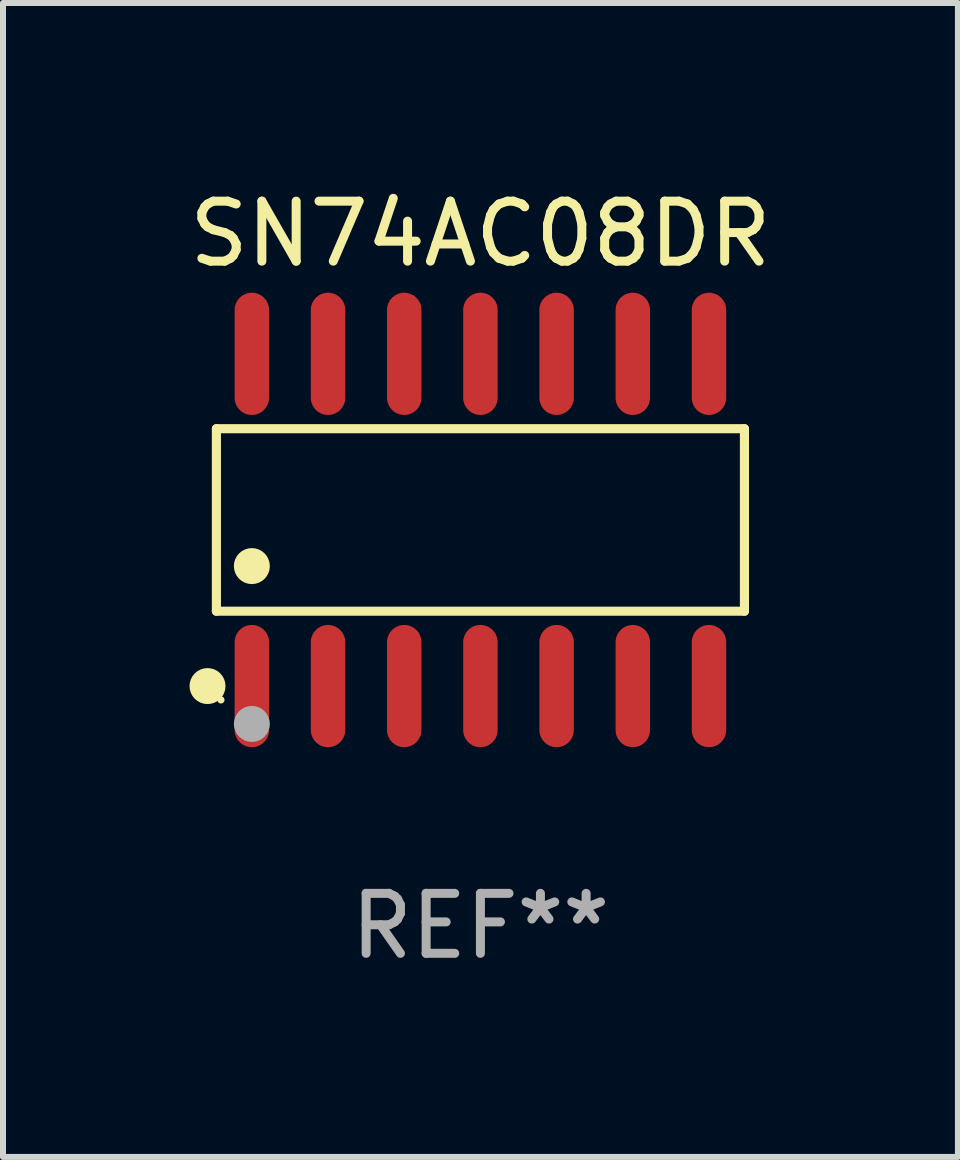
<source format=kicad_pcb>
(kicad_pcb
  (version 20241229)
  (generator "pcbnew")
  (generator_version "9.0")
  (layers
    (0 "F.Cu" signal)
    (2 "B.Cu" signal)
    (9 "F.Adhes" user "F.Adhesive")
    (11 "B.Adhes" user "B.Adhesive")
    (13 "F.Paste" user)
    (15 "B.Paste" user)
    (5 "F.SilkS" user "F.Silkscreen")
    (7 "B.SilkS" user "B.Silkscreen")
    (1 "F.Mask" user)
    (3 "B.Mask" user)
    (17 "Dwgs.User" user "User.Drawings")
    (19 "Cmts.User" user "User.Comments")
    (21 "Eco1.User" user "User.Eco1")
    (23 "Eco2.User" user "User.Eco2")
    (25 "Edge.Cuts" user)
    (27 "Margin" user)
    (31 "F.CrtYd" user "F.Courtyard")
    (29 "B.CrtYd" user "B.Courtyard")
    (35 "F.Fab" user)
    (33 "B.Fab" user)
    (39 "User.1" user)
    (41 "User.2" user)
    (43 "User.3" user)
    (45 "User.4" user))
  (footprint "SN74AC08DR"
    (layer "F.Cu")
    (at 4.958 5.617)
    (property "Reference" "SN74AC08DR" (at 0 -4.769 0) (layer "F.SilkS") (effects (font (size 1 1) (thickness 0.15))))
    (attr through_hole)
    (fp_line (start -4.401 -1.521) (end 4.401 -1.521) (stroke (width 0.152) (type solid)) (layer "F.SilkS"))
    (fp_line (start -4.401 1.521) (end -4.401 -1.521) (stroke (width 0.152) (type solid)) (layer "F.SilkS"))
    (fp_line (start 4.401 -1.521) (end 4.401 1.521) (stroke (width 0.152) (type solid)) (layer "F.SilkS"))
    (fp_line (start 4.401 1.521) (end -4.401 1.521) (stroke (width 0.152) (type solid)) (layer "F.SilkS"))
    (fp_circle (center -4.549 2.769) (end -4.399 2.769) (stroke (width 0.3) (type solid)) (fill no) (layer "F.SilkS"))
    (fp_circle (center -4.325 3) (end -4.295 3) (stroke (width 0.06) (type solid)) (fill no) (layer "F.SilkS"))
    (fp_circle (center -3.81 0.769) (end -3.66 0.769) (stroke (width 0.3) (type solid)) (fill no) (layer "F.SilkS"))
    (fp_circle (center -3.81 3.4) (end -3.66 3.4) (stroke (width 0.3) (type solid)) (fill no) (layer "F.Fab"))
    (fp_text user "REF**" (at 0 6.769 0) (layer "F.Fab") (effects (font (size 1 1) (thickness 0.15))))
    (pad "1" smd oval (at -3.81 2.769) (size 0.574 2.038) (layers "F.Cu" "F.Mask" "F.Paste"))
    (pad "2" smd oval (at -2.54 2.769) (size 0.574 2.038) (layers "F.Cu" "F.Mask" "F.Paste"))
    (pad "3" smd oval (at -1.27 2.769) (size 0.574 2.038) (layers "F.Cu" "F.Mask" "F.Paste"))
    (pad "4" smd oval (at 0 2.769) (size 0.574 2.038) (layers "F.Cu" "F.Mask" "F.Paste"))
    (pad "5" smd oval (at 1.27 2.769) (size 0.574 2.038) (layers "F.Cu" "F.Mask" "F.Paste"))
    (pad "6" smd oval (at 2.54 2.769) (size 0.574 2.038) (layers "F.Cu" "F.Mask" "F.Paste"))
    (pad "7" smd oval (at 3.81 2.769) (size 0.574 2.038) (layers "F.Cu" "F.Mask" "F.Paste"))
    (pad "8" smd oval (at 3.81 -2.769) (size 0.574 2.038) (layers "F.Cu" "F.Mask" "F.Paste"))
    (pad "9" smd oval (at 2.54 -2.769) (size 0.574 2.038) (layers "F.Cu" "F.Mask" "F.Paste"))
    (pad "10" smd oval (at 1.27 -2.769) (size 0.574 2.038) (layers "F.Cu" "F.Mask" "F.Paste"))
    (pad "11" smd oval (at 0 -2.769) (size 0.574 2.038) (layers "F.Cu" "F.Mask" "F.Paste"))
    (pad "12" smd oval (at -1.27 -2.769) (size 0.574 2.038) (layers "F.Cu" "F.Mask" "F.Paste"))
    (pad "13" smd oval (at -2.54 -2.769) (size 0.574 2.038) (layers "F.Cu" "F.Mask" "F.Paste"))
    (pad "14" smd oval (at -3.81 -2.769) (size 0.574 2.038) (layers "F.Cu" "F.Mask" "F.Paste")))
  (gr_rect
    (start -3 -3)
    (end 12.917 16.235)
    (stroke (width 0.1) (type default))
    (fill no)
    (layer "Edge.Cuts")))
</source>
